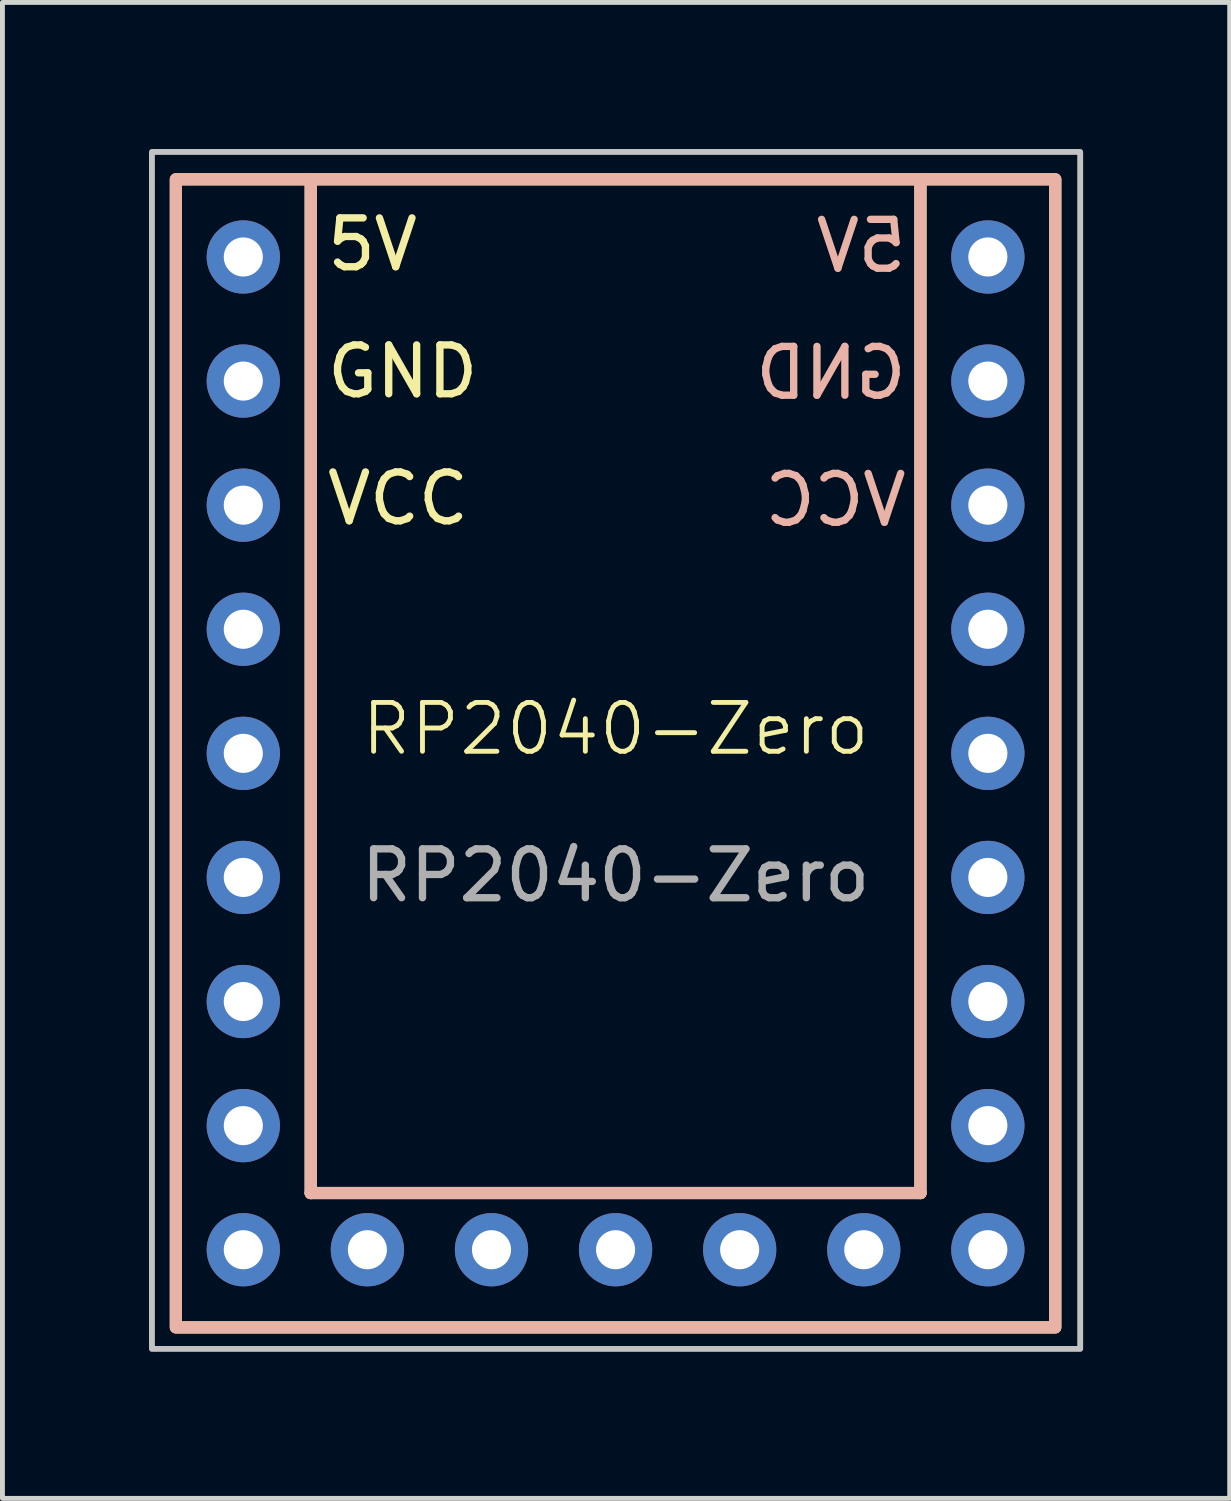
<source format=kicad_pcb>
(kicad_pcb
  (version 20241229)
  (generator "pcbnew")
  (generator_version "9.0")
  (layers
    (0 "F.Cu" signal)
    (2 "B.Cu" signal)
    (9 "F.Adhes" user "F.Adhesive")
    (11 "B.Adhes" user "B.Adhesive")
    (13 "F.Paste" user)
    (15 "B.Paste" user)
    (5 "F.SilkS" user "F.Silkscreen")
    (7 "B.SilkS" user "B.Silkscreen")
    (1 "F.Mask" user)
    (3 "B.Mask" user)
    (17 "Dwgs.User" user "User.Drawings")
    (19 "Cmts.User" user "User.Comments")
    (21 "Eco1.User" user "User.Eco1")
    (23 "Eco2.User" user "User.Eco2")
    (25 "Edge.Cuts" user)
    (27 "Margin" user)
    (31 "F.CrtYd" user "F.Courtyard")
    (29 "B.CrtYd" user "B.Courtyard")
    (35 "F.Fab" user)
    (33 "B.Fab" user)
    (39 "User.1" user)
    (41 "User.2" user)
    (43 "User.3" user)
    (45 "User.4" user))
  (footprint "RP2040-Zero"
    (layer "F.Cu")
    (at 9.55 12.37)
    (property "Reference" "RP2040-Zero" (at 0 -0.5 0) (unlocked yes) (layer "F.SilkS") (effects (font (size 1 1) (thickness 0.1))))
    (attr smd)
    (fp_line (start -6.24 -11.75) (end -6.24 9) (stroke (width 0.25) (type solid)) (layer "F.SilkS"))
    (fp_line (start -6.24 9) (end 6.24 9) (stroke (width 0.25) (type solid)) (layer "F.SilkS"))
    (fp_line (start 6.24 9) (end 6.24 -11.75) (stroke (width 0.25) (type solid)) (layer "F.SilkS"))
    (fp_rect (start -9 -11.75) (end 9 11.75) (stroke (width 0.25) (type solid)) (fill no) (layer "F.SilkS"))
    (fp_line (start -6.24 -11.75) (end -6.24 9) (stroke (width 0.25) (type solid)) (layer "B.SilkS"))
    (fp_line (start -6.24 9) (end 6.24 9) (stroke (width 0.25) (type solid)) (layer "B.SilkS"))
    (fp_line (start 6.24 9) (end 6.24 -11.75) (stroke (width 0.25) (type solid)) (layer "B.SilkS"))
    (fp_rect (start -9 -11.75) (end 9 11.75) (stroke (width 0.25) (type solid)) (fill no) (layer "B.SilkS"))
    (fp_rect (start -9.49 -12.31) (end 9.51 12.19) (stroke (width 0.12) (type solid)) (fill no) (layer "Dwgs.User"))
    (fp_rect (start -9.49 -12.31) (end 9.51 12.19) (stroke (width 0.12) (type solid)) (fill no) (layer "User.8"))
    (fp_text user "VCC" (at -5.98 -4.63 0) (unlocked yes) (layer "F.SilkS") (effects (font (size 1 1) (thickness 0.15)) (justify left bottom)))
    (fp_text user "GND" (at -5.98 -7.23 0) (unlocked yes) (layer "F.SilkS") (effects (font (size 1 1) (thickness 0.15)) (justify left bottom)))
    (fp_text user "5V" (at -5.98 -9.83 0) (unlocked yes) (layer "F.SilkS") (effects (font (size 1 1) (thickness 0.15)) (justify left bottom)))
    (fp_text user "GND" (at 6.03 -7.2 0) (unlocked yes) (layer "B.SilkS") (effects (font (size 1 1) (thickness 0.15)) (justify left bottom mirror)))
    (fp_text user "VCC" (at 6.03 -4.6 0) (unlocked yes) (layer "B.SilkS") (effects (font (size 1 1) (thickness 0.15)) (justify left bottom mirror)))
    (fp_text user "5V" (at 6.03 -9.8 0) (unlocked yes) (layer "B.SilkS") (effects (font (size 1 1) (thickness 0.15)) (justify left bottom mirror)))
    (fp_text user "${REFERENCE}" (at 0 2.5 0) (unlocked yes) (layer "F.Fab") (effects (font (size 1 1) (thickness 0.15))))
    (pad "1" thru_hole circle (at 7.62 -10.16 180) (size 1.5 1.5) (drill 0.8) (layers "*.Cu" "*.Mask"))
    (pad "2" thru_hole circle (at 7.62 -7.62 180) (size 1.5 1.5) (drill 0.8) (layers "*.Cu" "*.Mask"))
    (pad "3" thru_hole circle (at 7.62 -5.08 180) (size 1.5 1.5) (drill 0.8) (layers "*.Cu" "*.Mask"))
    (pad "4" thru_hole circle (at 7.62 -2.54 180) (size 1.5 1.5) (drill 0.8) (layers "*.Cu" "*.Mask"))
    (pad "5" thru_hole circle (at 7.62 0 180) (size 1.5 1.5) (drill 0.8) (layers "*.Cu" "*.Mask"))
    (pad "6" thru_hole circle (at 7.62 2.54 180) (size 1.5 1.5) (drill 0.8) (layers "*.Cu" "*.Mask"))
    (pad "7" thru_hole circle (at 7.62 5.08 180) (size 1.5 1.5) (drill 0.8) (layers "*.Cu" "*.Mask"))
    (pad "8" thru_hole circle (at 7.62 7.62 180) (size 1.5 1.5) (drill 0.8) (layers "*.Cu" "*.Mask"))
    (pad "9" thru_hole circle (at 7.62 10.16 180) (size 1.5 1.5) (drill 0.8) (layers "*.Cu" "*.Mask"))
    (pad "10" thru_hole circle (at 5.08 10.16 90) (size 1.5 1.5) (drill 0.8) (layers "*.Cu" "*.Mask"))
    (pad "11" thru_hole circle (at 2.54 10.16 90) (size 1.5 1.5) (drill 0.8) (layers "*.Cu" "*.Mask"))
    (pad "12" thru_hole circle (at 0 10.16 90) (size 1.5 1.5) (drill 0.8) (layers "*.Cu" "*.Mask"))
    (pad "13" thru_hole circle (at -2.54 10.16 90) (size 1.5 1.5) (drill 0.8) (layers "*.Cu" "*.Mask"))
    (pad "14" thru_hole circle (at -5.08 10.16 90) (size 1.5 1.5) (drill 0.8) (layers "*.Cu" "*.Mask"))
    (pad "15" thru_hole circle (at -7.62 10.16) (size 1.5 1.5) (drill 0.8) (layers "*.Cu" "*.Mask"))
    (pad "16" thru_hole circle (at -7.62 7.62) (size 1.5 1.5) (drill 0.8) (layers "*.Cu" "*.Mask"))
    (pad "17" thru_hole circle (at -7.62 5.08) (size 1.5 1.5) (drill 0.8) (layers "*.Cu" "*.Mask"))
    (pad "18" thru_hole circle (at -7.62 2.54) (size 1.5 1.5) (drill 0.8) (layers "*.Cu" "*.Mask"))
    (pad "19" thru_hole circle (at -7.62 0) (size 1.5 1.5) (drill 0.8) (layers "*.Cu" "*.Mask"))
    (pad "20" thru_hole circle (at -7.62 -2.54) (size 1.5 1.5) (drill 0.8) (layers "*.Cu" "*.Mask"))
    (pad "21" thru_hole circle (at -7.62 -5.08) (size 1.5 1.5) (drill 0.8) (layers "*.Cu" "*.Mask"))
    (pad "22" thru_hole circle (at -7.62 -7.62) (size 1.5 1.5) (drill 0.8) (layers "*.Cu" "*.Mask"))
    (pad "23" thru_hole circle (at -7.62 -10.16) (size 1.5 1.5) (drill 0.8) (layers "*.Cu" "*.Mask")))
  (gr_rect
    (start -3 -3)
    (end 22.12 27.62)
    (stroke (width 0.1) (type default))
    (fill no)
    (layer "Edge.Cuts")))
</source>
